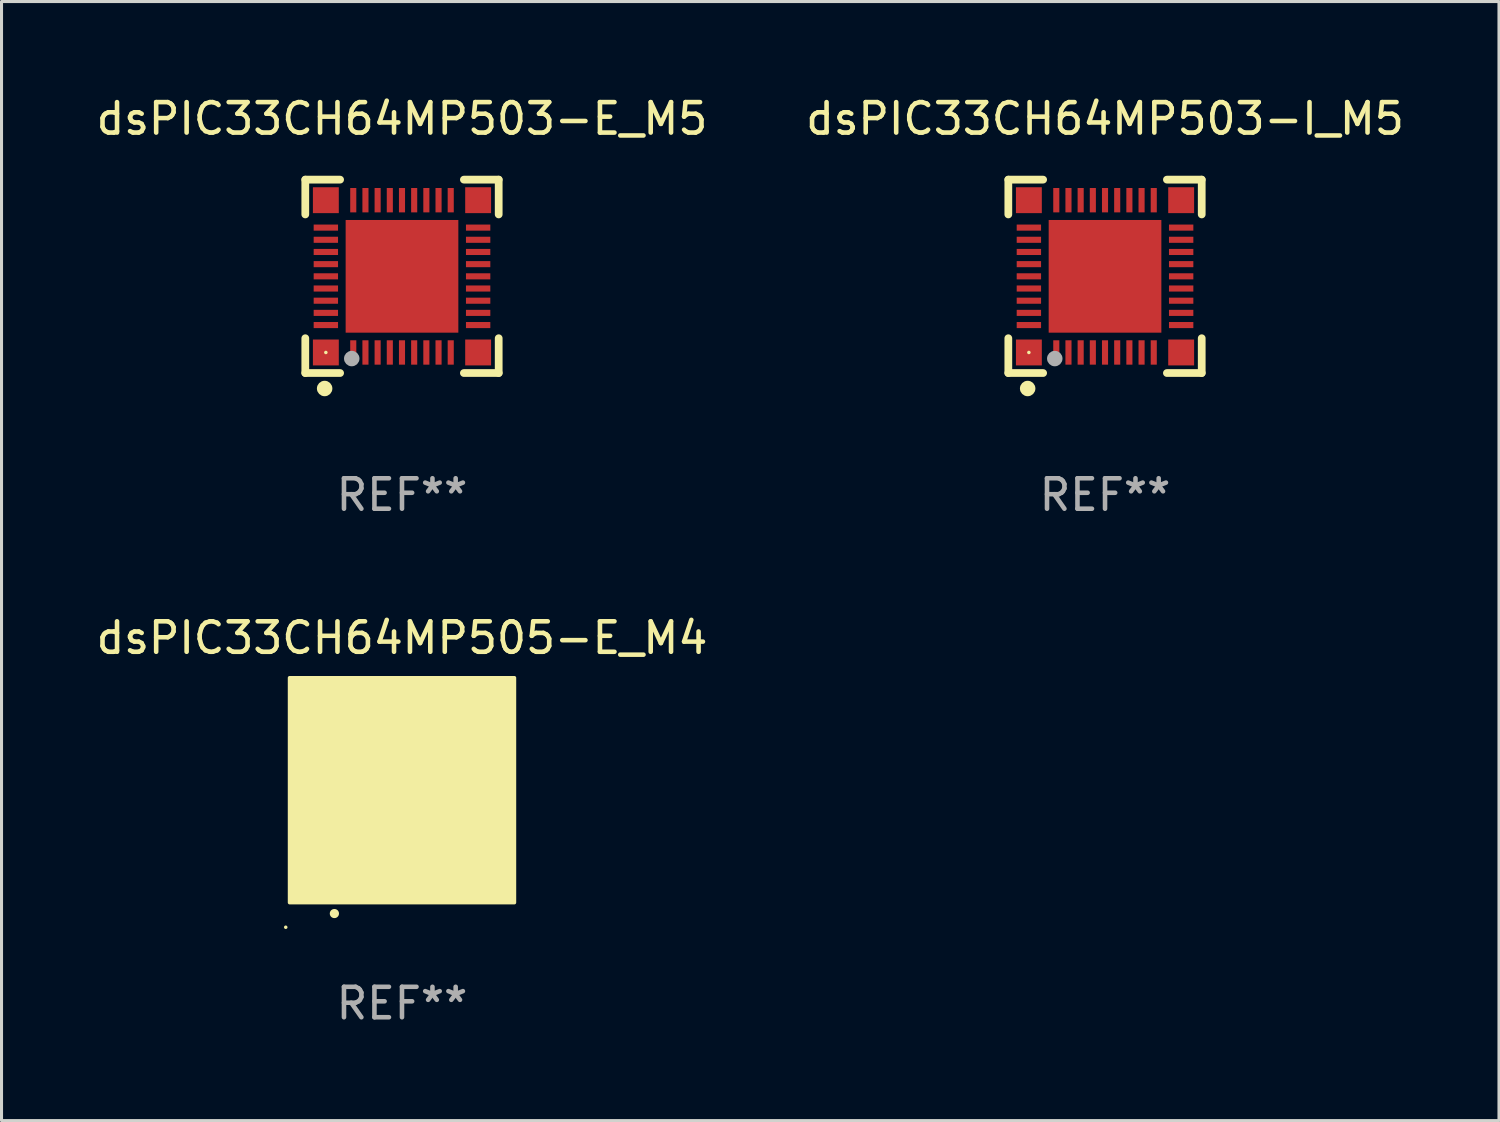
<source format=kicad_pcb>
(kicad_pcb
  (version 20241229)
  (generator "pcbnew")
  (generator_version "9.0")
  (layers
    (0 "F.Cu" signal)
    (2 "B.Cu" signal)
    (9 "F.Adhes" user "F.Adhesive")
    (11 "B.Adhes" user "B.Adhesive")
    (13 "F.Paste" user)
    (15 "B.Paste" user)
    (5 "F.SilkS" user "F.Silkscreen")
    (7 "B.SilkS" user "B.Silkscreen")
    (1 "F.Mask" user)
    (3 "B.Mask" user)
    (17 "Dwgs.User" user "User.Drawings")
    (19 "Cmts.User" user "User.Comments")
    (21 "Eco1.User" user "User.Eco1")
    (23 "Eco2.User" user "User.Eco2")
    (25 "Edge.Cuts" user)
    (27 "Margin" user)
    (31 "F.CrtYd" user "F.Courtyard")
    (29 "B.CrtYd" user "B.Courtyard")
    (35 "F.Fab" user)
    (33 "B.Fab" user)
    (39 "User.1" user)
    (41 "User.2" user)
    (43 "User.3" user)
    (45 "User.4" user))
  (footprint "dsPIC33CH64MP505-E_M4"
    (layer "F.Cu")
    (at 10.149 22.895)
    (property "Reference" "dsPIC33CH64MP505-E_M4" (at 0 -5 0) (layer "F.SilkS") (effects (font (size 1 1) (thickness 0.15))))
    (attr through_hole)
    (fp_arc (start -2.221158 4.050013) (mid -2.219888 4.050008) (end -2.218618 4.050013) (stroke (width 0.3) (type solid)) (layer "F.SilkS"))
    (fp_circle (center -3.817 4.5) (end -3.787 4.5) (stroke (width 0.06) (type solid)) (fill no) (layer "F.SilkS"))
    (fp_poly (pts (xy -3.69 -3.69) (xy 3.69 -3.69) (xy 3.69 3.69) (xy -3.69 3.69)) (stroke (width 0.12) (type solid)) (fill yes) (layer "F.SilkS"))
    (fp_text user "REF**" (at 0 7 0) (layer "F.Fab") (effects (font (size 1 1) (thickness 0.15))))
    (pad "1" smd oval (at -2.201 3) (size 0.2 0.95) (layers "F.Cu" "F.Mask" "F.Paste"))
    (pad "2" smd oval (at -1.8 3) (size 0.2 0.95) (layers "F.Cu" "F.Mask" "F.Paste"))
    (pad "3" smd oval (at -1.401 3) (size 0.2 0.95) (layers "F.Cu" "F.Mask" "F.Paste"))
    (pad "4" smd oval (at -0.999 3) (size 0.2 0.95) (layers "F.Cu" "F.Mask" "F.Paste"))
    (pad "5" smd oval (at -0.601 3) (size 0.2 0.95) (layers "F.Cu" "F.Mask" "F.Paste"))
    (pad "6" smd oval (at -0.199 3) (size 0.2 0.95) (layers "F.Cu" "F.Mask" "F.Paste"))
    (pad "7" smd oval (at 0.199 3) (size 0.2 0.95) (layers "F.Cu" "F.Mask" "F.Paste"))
    (pad "8" smd oval (at 0.601 3) (size 0.2 0.95) (layers "F.Cu" "F.Mask" "F.Paste"))
    (pad "9" smd oval (at 0.999 3) (size 0.2 0.95) (layers "F.Cu" "F.Mask" "F.Paste"))
    (pad "10" smd oval (at 1.401 3) (size 0.2 0.95) (layers "F.Cu" "F.Mask" "F.Paste"))
    (pad "11" smd oval (at 1.8 3) (size 0.2 0.95) (layers "F.Cu" "F.Mask" "F.Paste"))
    (pad "12" smd oval (at 2.201 3) (size 0.2 0.95) (layers "F.Cu" "F.Mask" "F.Paste"))
    (pad "13" smd oval (at 3 2.198 90) (size 0.2 0.95) (layers "F.Cu" "F.Mask" "F.Paste"))
    (pad "14" smd oval (at 3 1.8 90) (size 0.2 0.95) (layers "F.Cu" "F.Mask" "F.Paste"))
    (pad "15" smd oval (at 3 1.401 90) (size 0.2 0.95) (layers "F.Cu" "F.Mask" "F.Paste"))
    (pad "16" smd oval (at 3 0.999 90) (size 0.2 0.95) (layers "F.Cu" "F.Mask" "F.Paste"))
    (pad "17" smd oval (at 3 0.601 90) (size 0.2 0.95) (layers "F.Cu" "F.Mask" "F.Paste"))
    (pad "18" smd oval (at 3 0.199 90) (size 0.2 0.95) (layers "F.Cu" "F.Mask" "F.Paste"))
    (pad "19" smd oval (at 3 -0.199 90) (size 0.2 0.95) (layers "F.Cu" "F.Mask" "F.Paste"))
    (pad "20" smd oval (at 3 -0.601 90) (size 0.2 0.95) (layers "F.Cu" "F.Mask" "F.Paste"))
    (pad "21" smd oval (at 3 -0.999 90) (size 0.2 0.95) (layers "F.Cu" "F.Mask" "F.Paste"))
    (pad "22" smd oval (at 3 -1.401 90) (size 0.2 0.95) (layers "F.Cu" "F.Mask" "F.Paste"))
    (pad "23" smd oval (at 3 -1.8 90) (size 0.2 0.95) (layers "F.Cu" "F.Mask" "F.Paste"))
    (pad "24" smd oval (at 3 -2.201 90) (size 0.2 0.95) (layers "F.Cu" "F.Mask" "F.Paste"))
    (pad "25" smd oval (at 2.201 -3 180) (size 0.2 0.95) (layers "F.Cu" "F.Mask" "F.Paste"))
    (pad "26" smd oval (at 1.8 -3 180) (size 0.2 0.95) (layers "F.Cu" "F.Mask" "F.Paste"))
    (pad "27" smd oval (at 1.401 -3 180) (size 0.2 0.95) (layers "F.Cu" "F.Mask" "F.Paste"))
    (pad "28" smd oval (at 0.999 -3 180) (size 0.2 0.95) (layers "F.Cu" "F.Mask" "F.Paste"))
    (pad "29" smd oval (at 0.601 -3 180) (size 0.2 0.95) (layers "F.Cu" "F.Mask" "F.Paste"))
    (pad "30" smd oval (at 0.199 -3 180) (size 0.2 0.95) (layers "F.Cu" "F.Mask" "F.Paste"))
    (pad "31" smd oval (at -0.199 -3 180) (size 0.2 0.95) (layers "F.Cu" "F.Mask" "F.Paste"))
    (pad "32" smd oval (at -0.601 -3 180) (size 0.2 0.95) (layers "F.Cu" "F.Mask" "F.Paste"))
    (pad "33" smd oval (at -0.999 -3 180) (size 0.2 0.95) (layers "F.Cu" "F.Mask" "F.Paste"))
    (pad "34" smd oval (at -1.401 -3 180) (size 0.2 0.95) (layers "F.Cu" "F.Mask" "F.Paste"))
    (pad "35" smd oval (at -1.8 -3 180) (size 0.2 0.95) (layers "F.Cu" "F.Mask" "F.Paste"))
    (pad "36" smd oval (at -2.201 -3 180) (size 0.2 0.95) (layers "F.Cu" "F.Mask" "F.Paste"))
    (pad "37" smd oval (at -3 -2.201 270) (size 0.2 0.95) (layers "F.Cu" "F.Mask" "F.Paste"))
    (pad "38" smd oval (at -3 -1.8 270) (size 0.2 0.95) (layers "F.Cu" "F.Mask" "F.Paste"))
    (pad "39" smd oval (at -3 -1.401 270) (size 0.2 0.95) (layers "F.Cu" "F.Mask" "F.Paste"))
    (pad "40" smd oval (at -3 -0.999 270) (size 0.2 0.95) (layers "F.Cu" "F.Mask" "F.Paste"))
    (pad "41" smd oval (at -3 -0.601 270) (size 0.2 0.95) (layers "F.Cu" "F.Mask" "F.Paste"))
    (pad "42" smd oval (at -3 -0.199 270) (size 0.2 0.95) (layers "F.Cu" "F.Mask" "F.Paste"))
    (pad "43" smd oval (at -3 0.199 270) (size 0.2 0.95) (layers "F.Cu" "F.Mask" "F.Paste"))
    (pad "44" smd oval (at -3 0.601 270) (size 0.2 0.95) (layers "F.Cu" "F.Mask" "F.Paste"))
    (pad "45" smd oval (at -3 0.999 270) (size 0.2 0.95) (layers "F.Cu" "F.Mask" "F.Paste"))
    (pad "46" smd oval (at -3 1.401 270) (size 0.2 0.95) (layers "F.Cu" "F.Mask" "F.Paste"))
    (pad "47" smd oval (at -3 1.8 270) (size 0.2 0.95) (layers "F.Cu" "F.Mask" "F.Paste"))
    (pad "48" smd oval (at -3 2.198 270) (size 0.2 0.95) (layers "F.Cu" "F.Mask" "F.Paste"))
    (pad "49" smd rect (at -3 -3 90) (size 0.9 0.9) (layers "F.Cu" "F.Mask" "F.Paste"))
    (pad "49" smd rect (at -3 3 90) (size 0.9 0.9) (layers "F.Cu" "F.Mask" "F.Paste"))
    (pad "49" smd rect (at -0.001 -0.001 90) (size 4.6 4.6) (layers "F.Cu" "F.Mask" "F.Paste"))
    (pad "49" smd rect (at 3 -3 90) (size 0.9 0.9) (layers "F.Cu" "F.Mask" "F.Paste"))
    (pad "49" smd rect (at 3 3 90) (size 0.9 0.9) (layers "F.Cu" "F.Mask" "F.Paste")))
  (footprint "dsPIC33CH64MP503-E_M5"
    (layer "F.Cu")
    (at 10.149 6.023)
    (property "Reference" "dsPIC33CH64MP503-E_M5" (at 0 -5.175 0) (layer "F.SilkS") (effects (font (size 1 1) (thickness 0.15))))
    (attr through_hole)
    (fp_line (start -3.175 -3.175) (end -2.032 -3.175) (stroke (width 0.254) (type solid)) (layer "F.SilkS"))
    (fp_line (start -3.175 -2.032) (end -3.175 -3.175) (stroke (width 0.254) (type solid)) (layer "F.SilkS"))
    (fp_line (start -3.175 3.175) (end -3.175 2.032) (stroke (width 0.254) (type solid)) (layer "F.SilkS"))
    (fp_line (start -2.032 3.175) (end -3.175 3.175) (stroke (width 0.254) (type solid)) (layer "F.SilkS"))
    (fp_line (start 2.032 -3.175) (end 3.175 -3.175) (stroke (width 0.254) (type solid)) (layer "F.SilkS"))
    (fp_line (start 3.175 -3.175) (end 3.175 -2.032) (stroke (width 0.254) (type solid)) (layer "F.SilkS"))
    (fp_line (start 3.175 2.032) (end 3.175 3.175) (stroke (width 0.254) (type solid)) (layer "F.SilkS"))
    (fp_line (start 3.175 3.175) (end 2.032 3.175) (stroke (width 0.254) (type solid)) (layer "F.SilkS"))
    (fp_circle (center -2.54 3.683) (end -2.413 3.683) (stroke (width 0.254) (type solid)) (fill no) (layer "F.SilkS"))
    (fp_circle (center -2.5 2.5) (end -2.47 2.5) (stroke (width 0.06) (type solid)) (fill no) (layer "F.SilkS"))
    (fp_circle (center -1.65 2.7) (end -1.523 2.7) (stroke (width 0.254) (type solid)) (fill no) (layer "F.Fab"))
    (fp_text user "REF**" (at 0 7.175 0) (layer "F.Fab") (effects (font (size 1 1) (thickness 0.15))))
    (pad "1" smd rect (at -1.6 2.5) (size 0.2 0.8) (layers "F.Cu" "F.Mask" "F.Paste"))
    (pad "2" smd rect (at -1.2 2.5) (size 0.2 0.8) (layers "F.Cu" "F.Mask" "F.Paste"))
    (pad "3" smd rect (at -0.8 2.5) (size 0.2 0.8) (layers "F.Cu" "F.Mask" "F.Paste"))
    (pad "4" smd rect (at -0.4 2.5) (size 0.2 0.8) (layers "F.Cu" "F.Mask" "F.Paste"))
    (pad "5" smd rect (at -0.000051 2.5) (size 0.2 0.8) (layers "F.Cu" "F.Mask" "F.Paste"))
    (pad "6" smd rect (at 0.4 2.5) (size 0.2 0.8) (layers "F.Cu" "F.Mask" "F.Paste"))
    (pad "7" smd rect (at 0.8 2.5) (size 0.2 0.8) (layers "F.Cu" "F.Mask" "F.Paste"))
    (pad "8" smd rect (at 1.2 2.5) (size 0.2 0.8) (layers "F.Cu" "F.Mask" "F.Paste"))
    (pad "9" smd rect (at 1.6 2.5) (size 0.2 0.8) (layers "F.Cu" "F.Mask" "F.Paste"))
    (pad "10" smd rect (at 2.5 1.6 90) (size 0.2 0.8) (layers "F.Cu" "F.Mask" "F.Paste"))
    (pad "11" smd rect (at 2.5 1.2 90) (size 0.2 0.8) (layers "F.Cu" "F.Mask" "F.Paste"))
    (pad "12" smd rect (at 2.5 0.8 90) (size 0.2 0.8) (layers "F.Cu" "F.Mask" "F.Paste"))
    (pad "13" smd rect (at 2.5 0.4 90) (size 0.2 0.8) (layers "F.Cu" "F.Mask" "F.Paste"))
    (pad "14" smd rect (at 2.5 -0.000051 90) (size 0.2 0.8) (layers "F.Cu" "F.Mask" "F.Paste"))
    (pad "15" smd rect (at 2.5 -0.4 90) (size 0.2 0.8) (layers "F.Cu" "F.Mask" "F.Paste"))
    (pad "16" smd rect (at 2.5 -0.8 90) (size 0.2 0.8) (layers "F.Cu" "F.Mask" "F.Paste"))
    (pad "17" smd rect (at 2.5 -1.2 90) (size 0.2 0.8) (layers "F.Cu" "F.Mask" "F.Paste"))
    (pad "18" smd rect (at 2.5 -1.6 90) (size 0.2 0.8) (layers "F.Cu" "F.Mask" "F.Paste"))
    (pad "19" smd rect (at 1.6 -2.5 180) (size 0.2 0.8) (layers "F.Cu" "F.Mask" "F.Paste"))
    (pad "20" smd rect (at 1.2 -2.5 180) (size 0.2 0.8) (layers "F.Cu" "F.Mask" "F.Paste"))
    (pad "21" smd rect (at 0.8 -2.5 180) (size 0.2 0.8) (layers "F.Cu" "F.Mask" "F.Paste"))
    (pad "22" smd rect (at 0.4 -2.5 180) (size 0.2 0.8) (layers "F.Cu" "F.Mask" "F.Paste"))
    (pad "23" smd rect (at -0.000051 -2.5 180) (size 0.2 0.8) (layers "F.Cu" "F.Mask" "F.Paste"))
    (pad "24" smd rect (at -0.4 -2.5 180) (size 0.2 0.8) (layers "F.Cu" "F.Mask" "F.Paste"))
    (pad "25" smd rect (at -0.8 -2.5 180) (size 0.2 0.8) (layers "F.Cu" "F.Mask" "F.Paste"))
    (pad "26" smd rect (at -1.2 -2.5 180) (size 0.2 0.8) (layers "F.Cu" "F.Mask" "F.Paste"))
    (pad "27" smd rect (at -1.6 -2.5 180) (size 0.2 0.8) (layers "F.Cu" "F.Mask" "F.Paste"))
    (pad "28" smd rect (at -2.5 -1.6 270) (size 0.2 0.8) (layers "F.Cu" "F.Mask" "F.Paste"))
    (pad "29" smd rect (at -2.5 -1.2 270) (size 0.2 0.8) (layers "F.Cu" "F.Mask" "F.Paste"))
    (pad "30" smd rect (at -2.5 -0.8 270) (size 0.2 0.8) (layers "F.Cu" "F.Mask" "F.Paste"))
    (pad "31" smd rect (at -2.5 -0.4 270) (size 0.2 0.8) (layers "F.Cu" "F.Mask" "F.Paste"))
    (pad "32" smd rect (at -2.5 -0.000051 270) (size 0.2 0.8) (layers "F.Cu" "F.Mask" "F.Paste"))
    (pad "33" smd rect (at -2.5 0.4 270) (size 0.2 0.8) (layers "F.Cu" "F.Mask" "F.Paste"))
    (pad "34" smd rect (at -2.5 0.8 270) (size 0.2 0.8) (layers "F.Cu" "F.Mask" "F.Paste"))
    (pad "35" smd rect (at -2.5 1.2 270) (size 0.2 0.8) (layers "F.Cu" "F.Mask" "F.Paste"))
    (pad "36" smd rect (at -2.5 1.6 270) (size 0.2 0.8) (layers "F.Cu" "F.Mask" "F.Paste"))
    (pad "37" smd rect (at -2.5 -2.5) (size 0.85 0.85) (layers "F.Cu" "F.Mask" "F.Paste"))
    (pad "37" smd rect (at -2.5 2.5) (size 0.85 0.85) (layers "F.Cu" "F.Mask" "F.Paste"))
    (pad "37" smd rect (at -0.000051 -0.000051) (size 3.7 3.7) (layers "F.Cu" "F.Mask" "F.Paste"))
    (pad "37" smd rect (at 2.5 -2.5) (size 0.85 0.85) (layers "F.Cu" "F.Mask" "F.Paste"))
    (pad "37" smd rect (at 2.5 2.5) (size 0.85 0.85) (layers "F.Cu" "F.Mask" "F.Paste")))
  (footprint "dsPIC33CH64MP503-I_M5"
    (layer "F.Cu")
    (at 33.232 6.023)
    (property "Reference" "dsPIC33CH64MP503-I_M5" (at 0 -5.175 0) (layer "F.SilkS") (effects (font (size 1 1) (thickness 0.15))))
    (attr through_hole)
    (fp_line (start -3.175 -3.175) (end -2.032 -3.175) (stroke (width 0.254) (type solid)) (layer "F.SilkS"))
    (fp_line (start -3.175 -2.032) (end -3.175 -3.175) (stroke (width 0.254) (type solid)) (layer "F.SilkS"))
    (fp_line (start -3.175 3.175) (end -3.175 2.032) (stroke (width 0.254) (type solid)) (layer "F.SilkS"))
    (fp_line (start -2.032 3.175) (end -3.175 3.175) (stroke (width 0.254) (type solid)) (layer "F.SilkS"))
    (fp_line (start 2.032 -3.175) (end 3.175 -3.175) (stroke (width 0.254) (type solid)) (layer "F.SilkS"))
    (fp_line (start 3.175 -3.175) (end 3.175 -2.032) (stroke (width 0.254) (type solid)) (layer "F.SilkS"))
    (fp_line (start 3.175 2.032) (end 3.175 3.175) (stroke (width 0.254) (type solid)) (layer "F.SilkS"))
    (fp_line (start 3.175 3.175) (end 2.032 3.175) (stroke (width 0.254) (type solid)) (layer "F.SilkS"))
    (fp_circle (center -2.54 3.683) (end -2.413 3.683) (stroke (width 0.254) (type solid)) (fill no) (layer "F.SilkS"))
    (fp_circle (center -2.5 2.5) (end -2.47 2.5) (stroke (width 0.06) (type solid)) (fill no) (layer "F.SilkS"))
    (fp_circle (center -1.65 2.7) (end -1.523 2.7) (stroke (width 0.254) (type solid)) (fill no) (layer "F.Fab"))
    (fp_text user "REF**" (at 0 7.175 0) (layer "F.Fab") (effects (font (size 1 1) (thickness 0.15))))
    (pad "1" smd rect (at -1.6 2.5) (size 0.2 0.8) (layers "F.Cu" "F.Mask" "F.Paste"))
    (pad "2" smd rect (at -1.2 2.5) (size 0.2 0.8) (layers "F.Cu" "F.Mask" "F.Paste"))
    (pad "3" smd rect (at -0.8 2.5) (size 0.2 0.8) (layers "F.Cu" "F.Mask" "F.Paste"))
    (pad "4" smd rect (at -0.4 2.5) (size 0.2 0.8) (layers "F.Cu" "F.Mask" "F.Paste"))
    (pad "5" smd rect (at -0.000051 2.5) (size 0.2 0.8) (layers "F.Cu" "F.Mask" "F.Paste"))
    (pad "6" smd rect (at 0.4 2.5) (size 0.2 0.8) (layers "F.Cu" "F.Mask" "F.Paste"))
    (pad "7" smd rect (at 0.8 2.5) (size 0.2 0.8) (layers "F.Cu" "F.Mask" "F.Paste"))
    (pad "8" smd rect (at 1.2 2.5) (size 0.2 0.8) (layers "F.Cu" "F.Mask" "F.Paste"))
    (pad "9" smd rect (at 1.6 2.5) (size 0.2 0.8) (layers "F.Cu" "F.Mask" "F.Paste"))
    (pad "10" smd rect (at 2.5 1.6 90) (size 0.2 0.8) (layers "F.Cu" "F.Mask" "F.Paste"))
    (pad "11" smd rect (at 2.5 1.2 90) (size 0.2 0.8) (layers "F.Cu" "F.Mask" "F.Paste"))
    (pad "12" smd rect (at 2.5 0.8 90) (size 0.2 0.8) (layers "F.Cu" "F.Mask" "F.Paste"))
    (pad "13" smd rect (at 2.5 0.4 90) (size 0.2 0.8) (layers "F.Cu" "F.Mask" "F.Paste"))
    (pad "14" smd rect (at 2.5 -0.000051 90) (size 0.2 0.8) (layers "F.Cu" "F.Mask" "F.Paste"))
    (pad "15" smd rect (at 2.5 -0.4 90) (size 0.2 0.8) (layers "F.Cu" "F.Mask" "F.Paste"))
    (pad "16" smd rect (at 2.5 -0.8 90) (size 0.2 0.8) (layers "F.Cu" "F.Mask" "F.Paste"))
    (pad "17" smd rect (at 2.5 -1.2 90) (size 0.2 0.8) (layers "F.Cu" "F.Mask" "F.Paste"))
    (pad "18" smd rect (at 2.5 -1.6 90) (size 0.2 0.8) (layers "F.Cu" "F.Mask" "F.Paste"))
    (pad "19" smd rect (at 1.6 -2.5 180) (size 0.2 0.8) (layers "F.Cu" "F.Mask" "F.Paste"))
    (pad "20" smd rect (at 1.2 -2.5 180) (size 0.2 0.8) (layers "F.Cu" "F.Mask" "F.Paste"))
    (pad "21" smd rect (at 0.8 -2.5 180) (size 0.2 0.8) (layers "F.Cu" "F.Mask" "F.Paste"))
    (pad "22" smd rect (at 0.4 -2.5 180) (size 0.2 0.8) (layers "F.Cu" "F.Mask" "F.Paste"))
    (pad "23" smd rect (at -0.000051 -2.5 180) (size 0.2 0.8) (layers "F.Cu" "F.Mask" "F.Paste"))
    (pad "24" smd rect (at -0.4 -2.5 180) (size 0.2 0.8) (layers "F.Cu" "F.Mask" "F.Paste"))
    (pad "25" smd rect (at -0.8 -2.5 180) (size 0.2 0.8) (layers "F.Cu" "F.Mask" "F.Paste"))
    (pad "26" smd rect (at -1.2 -2.5 180) (size 0.2 0.8) (layers "F.Cu" "F.Mask" "F.Paste"))
    (pad "27" smd rect (at -1.6 -2.5 180) (size 0.2 0.8) (layers "F.Cu" "F.Mask" "F.Paste"))
    (pad "28" smd rect (at -2.5 -1.6 270) (size 0.2 0.8) (layers "F.Cu" "F.Mask" "F.Paste"))
    (pad "29" smd rect (at -2.5 -1.2 270) (size 0.2 0.8) (layers "F.Cu" "F.Mask" "F.Paste"))
    (pad "30" smd rect (at -2.5 -0.8 270) (size 0.2 0.8) (layers "F.Cu" "F.Mask" "F.Paste"))
    (pad "31" smd rect (at -2.5 -0.4 270) (size 0.2 0.8) (layers "F.Cu" "F.Mask" "F.Paste"))
    (pad "32" smd rect (at -2.5 -0.000051 270) (size 0.2 0.8) (layers "F.Cu" "F.Mask" "F.Paste"))
    (pad "33" smd rect (at -2.5 0.4 270) (size 0.2 0.8) (layers "F.Cu" "F.Mask" "F.Paste"))
    (pad "34" smd rect (at -2.5 0.8 270) (size 0.2 0.8) (layers "F.Cu" "F.Mask" "F.Paste"))
    (pad "35" smd rect (at -2.5 1.2 270) (size 0.2 0.8) (layers "F.Cu" "F.Mask" "F.Paste"))
    (pad "36" smd rect (at -2.5 1.6 270) (size 0.2 0.8) (layers "F.Cu" "F.Mask" "F.Paste"))
    (pad "37" smd rect (at -2.5 -2.5) (size 0.85 0.85) (layers "F.Cu" "F.Mask" "F.Paste"))
    (pad "37" smd rect (at -2.5 2.5) (size 0.85 0.85) (layers "F.Cu" "F.Mask" "F.Paste"))
    (pad "37" smd rect (at -0.000051 -0.000051) (size 3.7 3.7) (layers "F.Cu" "F.Mask" "F.Paste"))
    (pad "37" smd rect (at 2.5 -2.5) (size 0.85 0.85) (layers "F.Cu" "F.Mask" "F.Paste"))
    (pad "37" smd rect (at 2.5 2.5) (size 0.85 0.85) (layers "F.Cu" "F.Mask" "F.Paste")))
  (gr_rect
    (start -3 -3)
    (end 46.167 33.743)
    (stroke (width 0.1) (type default))
    (fill no)
    (layer "Edge.Cuts")))
</source>
